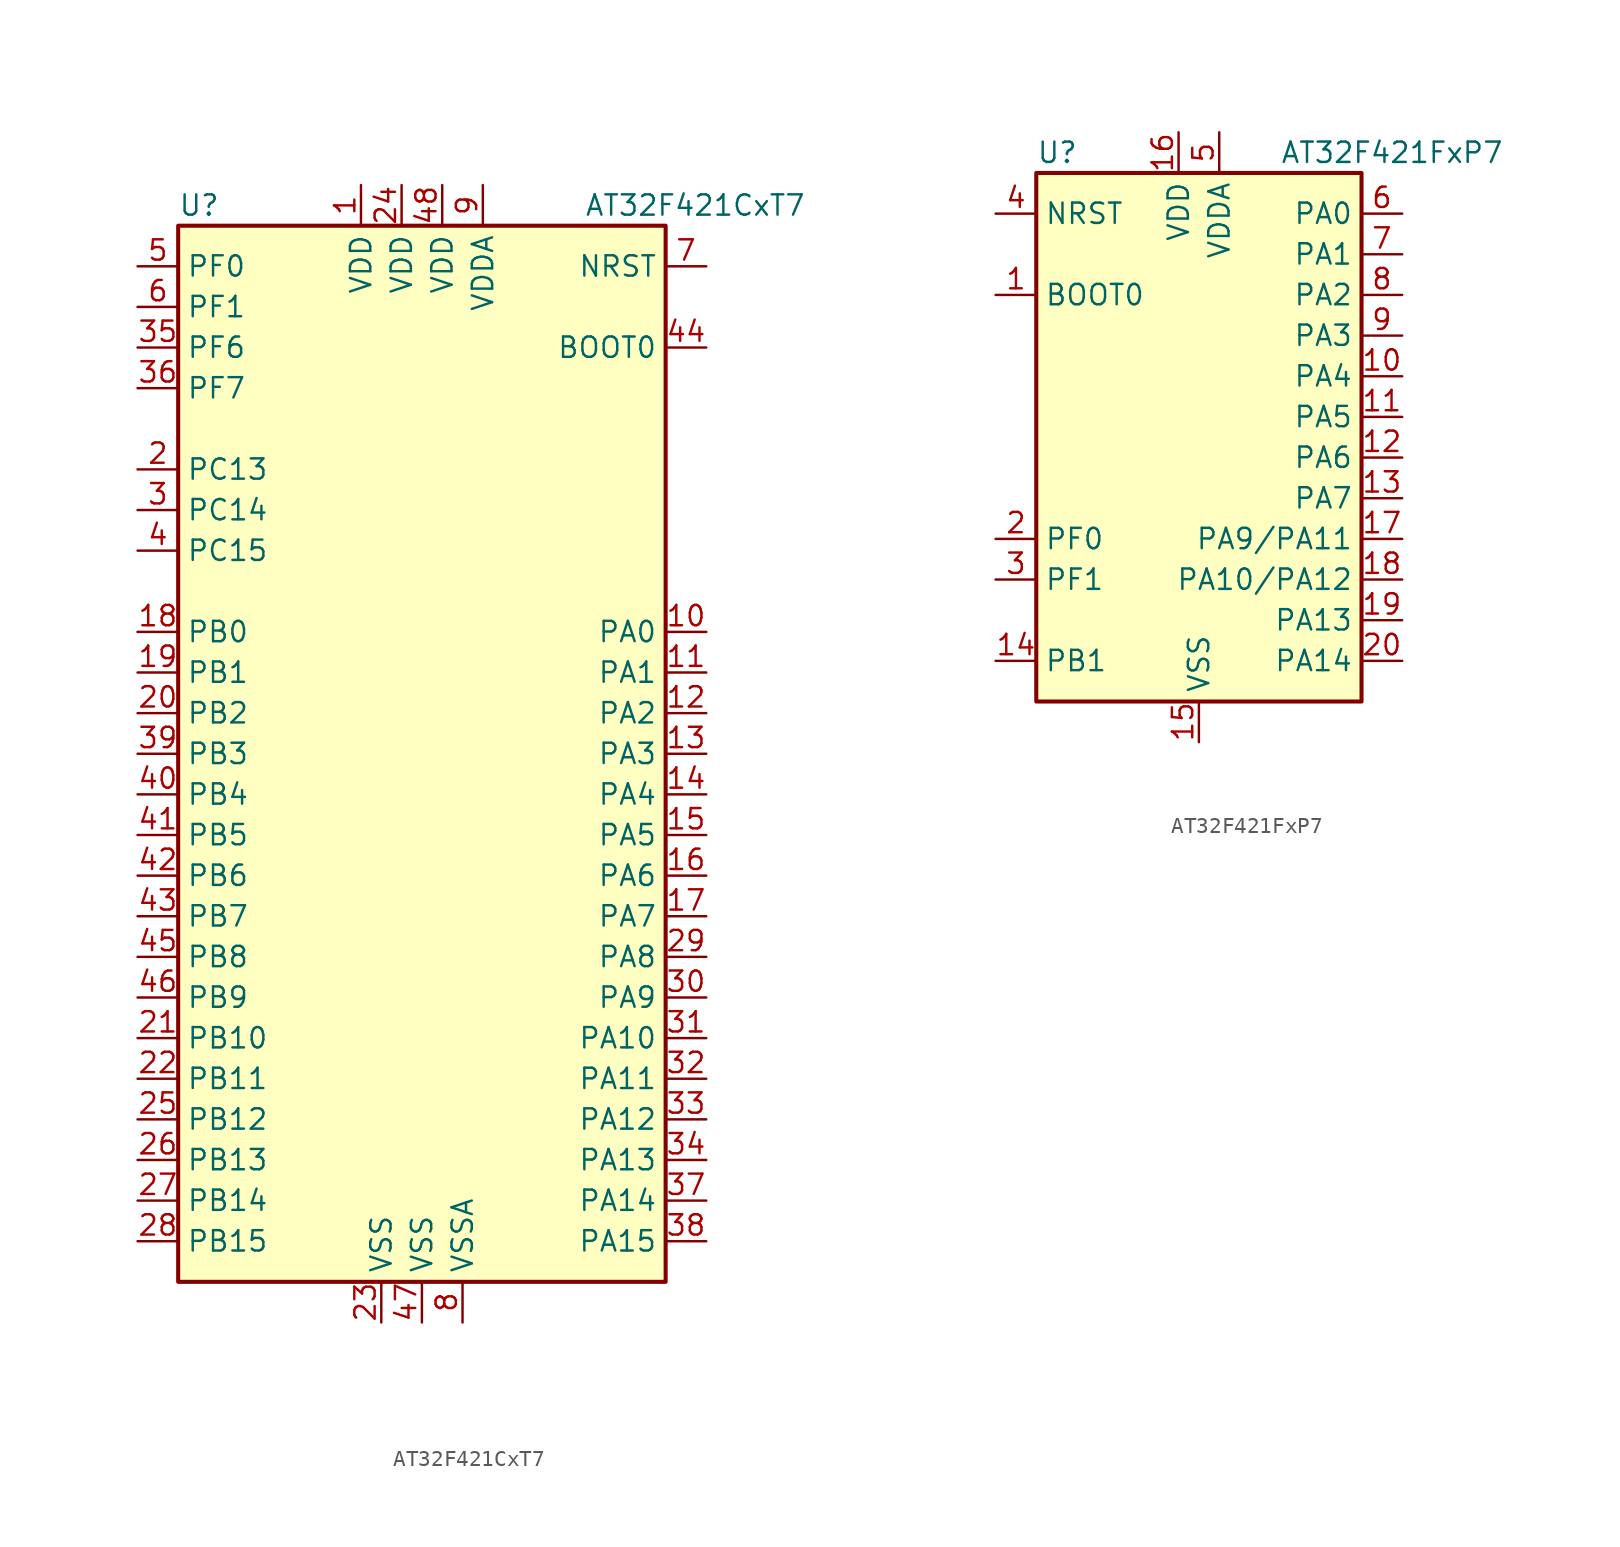
<source format=kicad_sym>
(kicad_symbol_lib
  (version 20220331)
  (generator kicad_symbol_editor)
  (symbol "AT32F421CxT7"
    (property "Reference" "U"
      (at -15.24 34.29 0)
      (effects (font (size 1.27 1.27)) (justify left)))
    (property "Value" "AT32F421CxT7"
      (at 10.16 34.29 0)
      (effects (font (size 1.27 1.27)) (justify left)))
    (symbol "AT32F421CxT7_0_1"
      (rectangle (start -15.24 33.02) (end 15.24 -33.02) (stroke (width 0.254) (type default)) (fill (type background))))
    (symbol "AT32F421CxT7_1_1"
      (pin power_in line (at -3.81 35.56 270) (length 2.54) (name "VDD" (effects (font (size 1.27 1.27)))) (number "1" (effects (font (size 1.27 1.27)))))
      (pin bidirectional line (at 17.78 7.62 180) (length 2.54) (name "PA0" (effects (font (size 1.27 1.27)))) (number "10" (effects (font (size 1.27 1.27)))))
      (pin bidirectional line (at 17.78 5.08 180) (length 2.54) (name "PA1" (effects (font (size 1.27 1.27)))) (number "11" (effects (font (size 1.27 1.27)))))
      (pin bidirectional line (at 17.78 2.54 180) (length 2.54) (name "PA2" (effects (font (size 1.27 1.27)))) (number "12" (effects (font (size 1.27 1.27)))))
      (pin bidirectional line (at 17.78 0 180) (length 2.54) (name "PA3" (effects (font (size 1.27 1.27)))) (number "13" (effects (font (size 1.27 1.27)))))
      (pin bidirectional line (at 17.78 -2.54 180) (length 2.54) (name "PA4" (effects (font (size 1.27 1.27)))) (number "14" (effects (font (size 1.27 1.27)))))
      (pin bidirectional line (at 17.78 -5.08 180) (length 2.54) (name "PA5" (effects (font (size 1.27 1.27)))) (number "15" (effects (font (size 1.27 1.27)))))
      (pin bidirectional line (at 17.78 -7.62 180) (length 2.54) (name "PA6" (effects (font (size 1.27 1.27)))) (number "16" (effects (font (size 1.27 1.27)))))
      (pin bidirectional line (at 17.78 -10.16 180) (length 2.54) (name "PA7" (effects (font (size 1.27 1.27)))) (number "17" (effects (font (size 1.27 1.27)))))
      (pin bidirectional line (at -17.78 7.62 0) (length 2.54) (name "PB0" (effects (font (size 1.27 1.27)))) (number "18" (effects (font (size 1.27 1.27)))))
      (pin bidirectional line (at -17.78 5.08 0) (length 2.54) (name "PB1" (effects (font (size 1.27 1.27)))) (number "19" (effects (font (size 1.27 1.27)))))
      (pin bidirectional line (at -17.78 17.78 0) (length 2.54) (name "PC13" (effects (font (size 1.27 1.27)))) (number "2" (effects (font (size 1.27 1.27)))))
      (pin bidirectional line (at -17.78 2.54 0) (length 2.54) (name "PB2" (effects (font (size 1.27 1.27)))) (number "20" (effects (font (size 1.27 1.27)))))
      (pin bidirectional line (at -17.78 -17.78 0) (length 2.54) (name "PB10" (effects (font (size 1.27 1.27)))) (number "21" (effects (font (size 1.27 1.27)))))
      (pin bidirectional line (at -17.78 -20.32 0) (length 2.54) (name "PB11" (effects (font (size 1.27 1.27)))) (number "22" (effects (font (size 1.27 1.27)))))
      (pin power_in line (at -2.54 -35.56 90) (length 2.54) (name "VSS" (effects (font (size 1.27 1.27)))) (number "23" (effects (font (size 1.27 1.27)))))
      (pin power_in line (at -1.27 35.56 270) (length 2.54) (name "VDD" (effects (font (size 1.27 1.27)))) (number "24" (effects (font (size 1.27 1.27)))))
      (pin bidirectional line (at -17.78 -22.86 0) (length 2.54) (name "PB12" (effects (font (size 1.27 1.27)))) (number "25" (effects (font (size 1.27 1.27)))))
      (pin bidirectional line (at -17.78 -25.4 0) (length 2.54) (name "PB13" (effects (font (size 1.27 1.27)))) (number "26" (effects (font (size 1.27 1.27)))))
      (pin bidirectional line (at -17.78 -27.94 0) (length 2.54) (name "PB14" (effects (font (size 1.27 1.27)))) (number "27" (effects (font (size 1.27 1.27)))))
      (pin bidirectional line (at -17.78 -30.48 0) (length 2.54) (name "PB15" (effects (font (size 1.27 1.27)))) (number "28" (effects (font (size 1.27 1.27)))))
      (pin bidirectional line (at 17.78 -12.7 180) (length 2.54) (name "PA8" (effects (font (size 1.27 1.27)))) (number "29" (effects (font (size 1.27 1.27)))))
      (pin bidirectional line (at -17.78 15.24 0) (length 2.54) (name "PC14" (effects (font (size 1.27 1.27)))) (number "3" (effects (font (size 1.27 1.27)))))
      (pin bidirectional line (at 17.78 -15.24 180) (length 2.54) (name "PA9" (effects (font (size 1.27 1.27)))) (number "30" (effects (font (size 1.27 1.27)))))
      (pin bidirectional line (at 17.78 -17.78 180) (length 2.54) (name "PA10" (effects (font (size 1.27 1.27)))) (number "31" (effects (font (size 1.27 1.27)))))
      (pin bidirectional line (at 17.78 -20.32 180) (length 2.54) (name "PA11" (effects (font (size 1.27 1.27)))) (number "32" (effects (font (size 1.27 1.27)))))
      (pin bidirectional line (at 17.78 -22.86 180) (length 2.54) (name "PA12" (effects (font (size 1.27 1.27)))) (number "33" (effects (font (size 1.27 1.27)))))
      (pin bidirectional line (at 17.78 -25.4 180) (length 2.54) (name "PA13" (effects (font (size 1.27 1.27)))) (number "34" (effects (font (size 1.27 1.27)))))
      (pin bidirectional line (at -17.78 25.4 0) (length 2.54) (name "PF6" (effects (font (size 1.27 1.27)))) (number "35" (effects (font (size 1.27 1.27)))))
      (pin bidirectional line (at -17.78 22.86 0) (length 2.54) (name "PF7" (effects (font (size 1.27 1.27)))) (number "36" (effects (font (size 1.27 1.27)))))
      (pin bidirectional line (at 17.78 -27.94 180) (length 2.54) (name "PA14" (effects (font (size 1.27 1.27)))) (number "37" (effects (font (size 1.27 1.27)))))
      (pin bidirectional line (at 17.78 -30.48 180) (length 2.54) (name "PA15" (effects (font (size 1.27 1.27)))) (number "38" (effects (font (size 1.27 1.27)))))
      (pin bidirectional line (at -17.78 0 0) (length 2.54) (name "PB3" (effects (font (size 1.27 1.27)))) (number "39" (effects (font (size 1.27 1.27)))))
      (pin bidirectional line (at -17.78 12.7 0) (length 2.54) (name "PC15" (effects (font (size 1.27 1.27)))) (number "4" (effects (font (size 1.27 1.27)))))
      (pin bidirectional line (at -17.78 -2.54 0) (length 2.54) (name "PB4" (effects (font (size 1.27 1.27)))) (number "40" (effects (font (size 1.27 1.27)))))
      (pin bidirectional line (at -17.78 -5.08 0) (length 2.54) (name "PB5" (effects (font (size 1.27 1.27)))) (number "41" (effects (font (size 1.27 1.27)))))
      (pin bidirectional line (at -17.78 -7.62 0) (length 2.54) (name "PB6" (effects (font (size 1.27 1.27)))) (number "42" (effects (font (size 1.27 1.27)))))
      (pin bidirectional line (at -17.78 -10.16 0) (length 2.54) (name "PB7" (effects (font (size 1.27 1.27)))) (number "43" (effects (font (size 1.27 1.27)))))
      (pin input line (at 17.78 25.4 180) (length 2.54) (name "BOOT0" (effects (font (size 1.27 1.27)))) (number "44" (effects (font (size 1.27 1.27)))))
      (pin bidirectional line (at -17.78 -12.7 0) (length 2.54) (name "PB8" (effects (font (size 1.27 1.27)))) (number "45" (effects (font (size 1.27 1.27)))))
      (pin bidirectional line (at -17.78 -15.24 0) (length 2.54) (name "PB9" (effects (font (size 1.27 1.27)))) (number "46" (effects (font (size 1.27 1.27)))))
      (pin power_in line (at 0 -35.56 90) (length 2.54) (name "VSS" (effects (font (size 1.27 1.27)))) (number "47" (effects (font (size 1.27 1.27)))))
      (pin power_in line (at 1.27 35.56 270) (length 2.54) (name "VDD" (effects (font (size 1.27 1.27)))) (number "48" (effects (font (size 1.27 1.27)))))
      (pin input line (at -17.78 30.48 0) (length 2.54) (name "PF0" (effects (font (size 1.27 1.27)))) (number "5" (effects (font (size 1.27 1.27)))))
      (pin input line (at -17.78 27.94 0) (length 2.54) (name "PF1" (effects (font (size 1.27 1.27)))) (number "6" (effects (font (size 1.27 1.27)))))
      (pin input line (at 17.78 30.48 180) (length 2.54) (name "NRST" (effects (font (size 1.27 1.27)))) (number "7" (effects (font (size 1.27 1.27)))))
      (pin power_in line (at 2.54 -35.56 90) (length 2.54) (name "VSSA" (effects (font (size 1.27 1.27)))) (number "8" (effects (font (size 1.27 1.27)))))
      (pin power_in line (at 3.81 35.56 270) (length 2.54) (name "VDDA" (effects (font (size 1.27 1.27)))) (number "9" (effects (font (size 1.27 1.27)))))))
  (symbol "AT32F421FxP7"
    (property "Reference" "U"
      (at -10.16 17.78 0)
      (effects (font (size 1.27 1.27)) (justify left)))
    (property "Value" "AT32F421FxP7"
      (at 5.08 17.78 0)
      (effects (font (size 1.27 1.27)) (justify left)))
    (symbol "AT32F421FxP7_0_1"
      (rectangle (start -10.16 -16.51) (end 10.16 16.51) (stroke (width 0.254) (type default)) (fill (type background))))
    (symbol "AT32F421FxP7_1_1"
      (pin input line (at -12.7 8.89 0) (length 2.54) (name "BOOT0" (effects (font (size 1.27 1.27)))) (number "1" (effects (font (size 1.27 1.27)))))
      (pin bidirectional line (at 12.7 3.81 180) (length 2.54) (name "PA4" (effects (font (size 1.27 1.27)))) (number "10" (effects (font (size 1.27 1.27)))))
      (pin bidirectional line (at 12.7 1.27 180) (length 2.54) (name "PA5" (effects (font (size 1.27 1.27)))) (number "11" (effects (font (size 1.27 1.27)))))
      (pin bidirectional line (at 12.7 -1.27 180) (length 2.54) (name "PA6" (effects (font (size 1.27 1.27)))) (number "12" (effects (font (size 1.27 1.27)))))
      (pin bidirectional line (at 12.7 -3.81 180) (length 2.54) (name "PA7" (effects (font (size 1.27 1.27)))) (number "13" (effects (font (size 1.27 1.27)))))
      (pin bidirectional line (at -12.7 -13.97 0) (length 2.54) (name "PB1" (effects (font (size 1.27 1.27)))) (number "14" (effects (font (size 1.27 1.27)))))
      (pin power_in line (at 0 -19.05 90) (length 2.54) (name "VSS" (effects (font (size 1.27 1.27)))) (number "15" (effects (font (size 1.27 1.27)))))
      (pin power_in line (at -1.27 19.05 270) (length 2.54) (name "VDD" (effects (font (size 1.27 1.27)))) (number "16" (effects (font (size 1.27 1.27)))))
      (pin bidirectional line (at 12.7 -6.35 180) (length 2.54) (name "PA9/PA11" (effects (font (size 1.27 1.27)))) (number "17" (effects (font (size 1.27 1.27)))))
      (pin bidirectional line (at 12.7 -8.89 180) (length 2.54) (name "PA10/PA12" (effects (font (size 1.27 1.27)))) (number "18" (effects (font (size 1.27 1.27)))))
      (pin bidirectional line (at 12.7 -11.43 180) (length 2.54) (name "PA13" (effects (font (size 1.27 1.27)))) (number "19" (effects (font (size 1.27 1.27)))))
      (pin input line (at -12.7 -6.35 0) (length 2.54) (name "PF0" (effects (font (size 1.27 1.27)))) (number "2" (effects (font (size 1.27 1.27)))))
      (pin bidirectional line (at 12.7 -13.97 180) (length 2.54) (name "PA14" (effects (font (size 1.27 1.27)))) (number "20" (effects (font (size 1.27 1.27)))))
      (pin input line (at -12.7 -8.89 0) (length 2.54) (name "PF1" (effects (font (size 1.27 1.27)))) (number "3" (effects (font (size 1.27 1.27)))))
      (pin input line (at -12.7 13.97 0) (length 2.54) (name "NRST" (effects (font (size 1.27 1.27)))) (number "4" (effects (font (size 1.27 1.27)))))
      (pin power_in line (at 1.27 19.05 270) (length 2.54) (name "VDDA" (effects (font (size 1.27 1.27)))) (number "5" (effects (font (size 1.27 1.27)))))
      (pin bidirectional line (at 12.7 13.97 180) (length 2.54) (name "PA0" (effects (font (size 1.27 1.27)))) (number "6" (effects (font (size 1.27 1.27)))))
      (pin bidirectional line (at 12.7 11.43 180) (length 2.54) (name "PA1" (effects (font (size 1.27 1.27)))) (number "7" (effects (font (size 1.27 1.27)))))
      (pin bidirectional line (at 12.7 8.89 180) (length 2.54) (name "PA2" (effects (font (size 1.27 1.27)))) (number "8" (effects (font (size 1.27 1.27)))))
      (pin bidirectional line (at 12.7 6.35 180) (length 2.54) (name "PA3" (effects (font (size 1.27 1.27)))) (number "9" (effects (font (size 1.27 1.27))))))))
</source>
